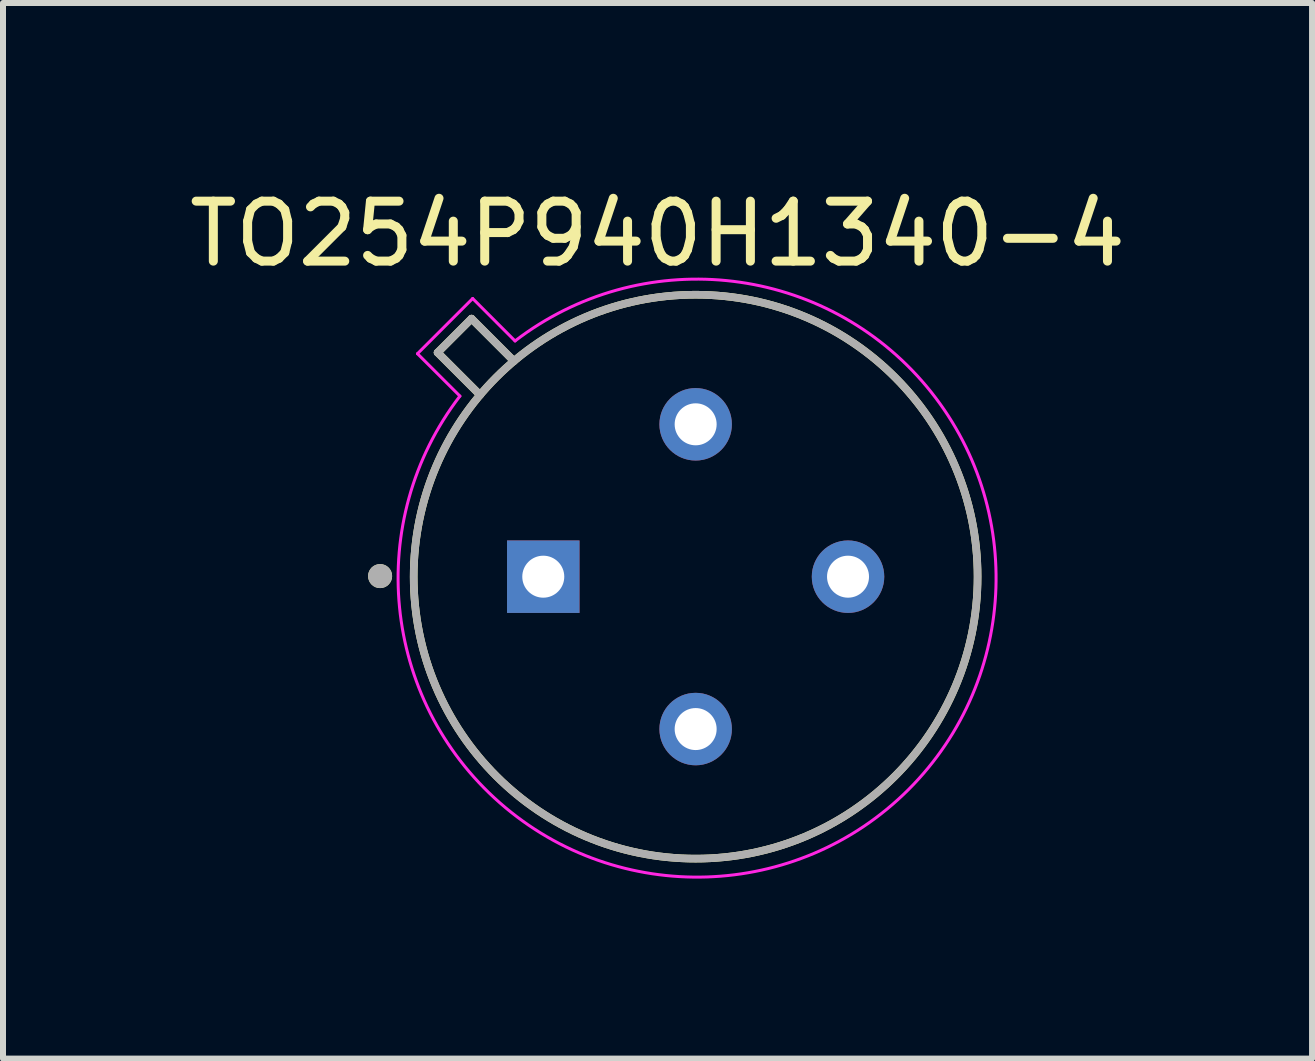
<source format=kicad_pcb>
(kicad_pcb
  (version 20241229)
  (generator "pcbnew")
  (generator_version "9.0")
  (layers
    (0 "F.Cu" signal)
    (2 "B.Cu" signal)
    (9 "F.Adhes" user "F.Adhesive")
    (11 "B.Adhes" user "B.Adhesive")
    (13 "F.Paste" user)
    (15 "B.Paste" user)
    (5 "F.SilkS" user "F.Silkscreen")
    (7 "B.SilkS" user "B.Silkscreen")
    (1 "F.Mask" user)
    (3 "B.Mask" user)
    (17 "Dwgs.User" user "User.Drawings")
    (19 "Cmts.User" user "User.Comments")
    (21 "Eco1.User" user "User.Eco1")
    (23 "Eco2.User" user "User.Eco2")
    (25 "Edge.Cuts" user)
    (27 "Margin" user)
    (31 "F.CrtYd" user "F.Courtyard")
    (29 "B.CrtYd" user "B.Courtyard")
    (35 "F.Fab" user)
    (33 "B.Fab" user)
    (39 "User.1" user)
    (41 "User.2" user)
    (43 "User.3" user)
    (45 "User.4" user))
  (footprint "TO254P940H1340-4"
    (layer "F.Cu")
    (at 8.546 6.563)
    (property "Reference" "TO254P940H1340-4" (at -0.635 -5.715 0) (layer "F.SilkS") (effects (font (size 1 1) (thickness 0.15))))
    (attr through_hole)
    (fp_line (start -4.301 -3.736) (end -3.736 -4.301) (stroke (width 0.127) (type solid)) (layer "F.SilkS"))
    (fp_line (start -4.301 -3.736) (end -3.594 -3.029) (stroke (width 0.127) (type solid)) (layer "F.SilkS"))
    (fp_line (start -3.029 -3.594) (end -3.736 -4.301) (stroke (width 0.127) (type solid)) (layer "F.SilkS"))
    (fp_circle (center -5.26 -0.01) (end -5.16 -0.01) (stroke (width 0.2) (type solid)) (fill no) (layer "F.SilkS"))
    (fp_circle (center 0 0) (end 4.7 0) (stroke (width 0.127) (type solid)) (fill no) (layer "F.SilkS"))
    (fp_line (start -4.637 -3.717) (end -3.717 -4.637) (stroke (width 0.05) (type solid)) (layer "F.CrtYd"))
    (fp_line (start -3.929 -3.01) (end -4.637 -3.717) (stroke (width 0.05) (type solid)) (layer "F.CrtYd"))
    (fp_line (start -3.717 -4.637) (end -3.01 -3.929) (stroke (width 0.05) (type solid)) (layer "F.CrtYd"))
    (fp_arc (start -3.01 -3.93) (mid 3.548244 3.548244) (end -3.93 -3.01) (stroke (width 0.05) (type solid)) (layer "F.CrtYd"))
    (fp_line (start -4.301 -3.736) (end -3.736 -4.301) (stroke (width 0.127) (type solid)) (layer "F.Fab"))
    (fp_line (start -4.301 -3.736) (end -3.594 -3.029) (stroke (width 0.127) (type solid)) (layer "F.Fab"))
    (fp_line (start -3.029 -3.594) (end -3.736 -4.301) (stroke (width 0.127) (type solid)) (layer "F.Fab"))
    (fp_circle (center -5.26 -0.01) (end -5.16 -0.01) (stroke (width 0.2) (type solid)) (fill no) (layer "F.Fab"))
    (fp_circle (center 0 0) (end 4.7 0) (stroke (width 0.127) (type solid)) (fill no) (layer "F.Fab"))
    (pad "1" thru_hole rect (at -2.54 0) (size 1.208 1.208) (drill 0.7) (layers "*.Cu" "*.Mask"))
    (pad "2" thru_hole circle (at 0 2.54) (size 1.208 1.208) (drill 0.7) (layers "*.Cu" "*.Mask"))
    (pad "3" thru_hole circle (at 2.54 0) (size 1.208 1.208) (drill 0.7) (layers "*.Cu" "*.Mask"))
    (pad "4" thru_hole circle (at 0 -2.54) (size 1.208 1.208) (drill 0.7) (layers "*.Cu" "*.Mask")))
  (gr_rect
    (start -3 -3)
    (end 18.821 14.596)
    (stroke (width 0.1) (type default))
    (fill no)
    (layer "Edge.Cuts")))
</source>
